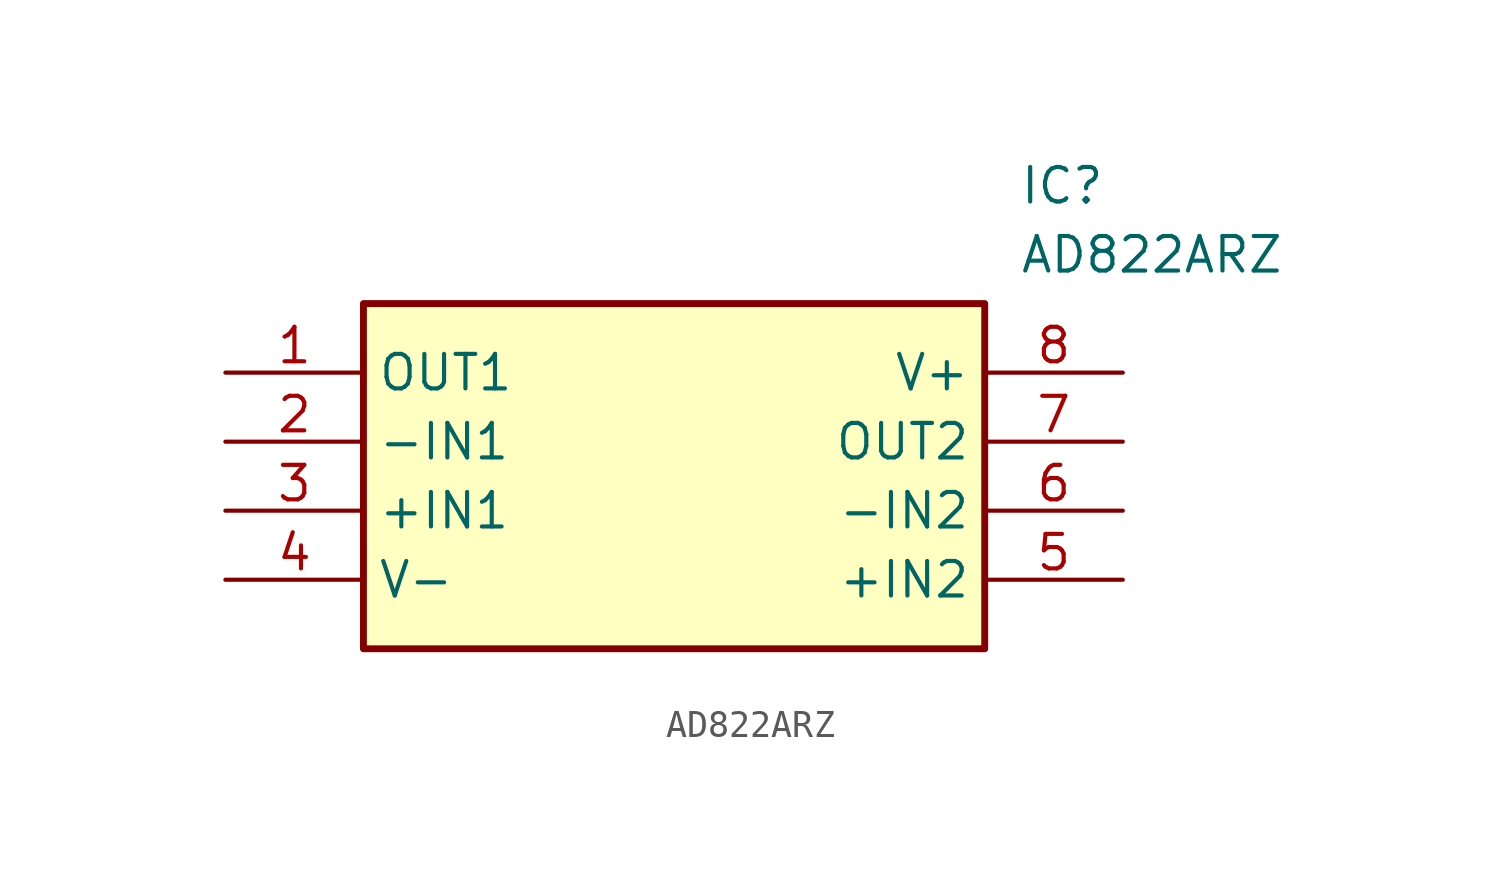
<source format=kicad_sym>
(kicad_symbol_lib
  (version 20220914)
  (generator kicad_symbol_editor)
  (symbol "AD822ARZ"
    (property "Reference" "IC"
      (at 29.21 7.62 0)
      (effects (font (size 1.27 1.27)) (justify left top)))
    (property "Value" "AD822ARZ"
      (at 29.21 5.08 0)
      (effects (font (size 1.27 1.27)) (justify left top)))
    (symbol "AD822ARZ_1_1"
      (rectangle (start 5.08 2.54) (end 27.94 -10.16) (stroke (width 0.254) (type default)) (fill (type background)))
      (pin passive line (at 0 0 0) (length 5.08) (name "OUT1" (effects (font (size 1.27 1.27)))) (number "1" (effects (font (size 1.27 1.27)))))
      (pin passive line (at 0 -2.54 0) (length 5.08) (name "-IN1" (effects (font (size 1.27 1.27)))) (number "2" (effects (font (size 1.27 1.27)))))
      (pin passive line (at 0 -5.08 0) (length 5.08) (name "+IN1" (effects (font (size 1.27 1.27)))) (number "3" (effects (font (size 1.27 1.27)))))
      (pin passive line (at 0 -7.62 0) (length 5.08) (name "V-" (effects (font (size 1.27 1.27)))) (number "4" (effects (font (size 1.27 1.27)))))
      (pin passive line (at 33.02 -7.62 180) (length 5.08) (name "+IN2" (effects (font (size 1.27 1.27)))) (number "5" (effects (font (size 1.27 1.27)))))
      (pin passive line (at 33.02 -5.08 180) (length 5.08) (name "-IN2" (effects (font (size 1.27 1.27)))) (number "6" (effects (font (size 1.27 1.27)))))
      (pin passive line (at 33.02 -2.54 180) (length 5.08) (name "OUT2" (effects (font (size 1.27 1.27)))) (number "7" (effects (font (size 1.27 1.27)))))
      (pin passive line (at 33.02 0 180) (length 5.08) (name "V+" (effects (font (size 1.27 1.27)))) (number "8" (effects (font (size 1.27 1.27))))))))
</source>
